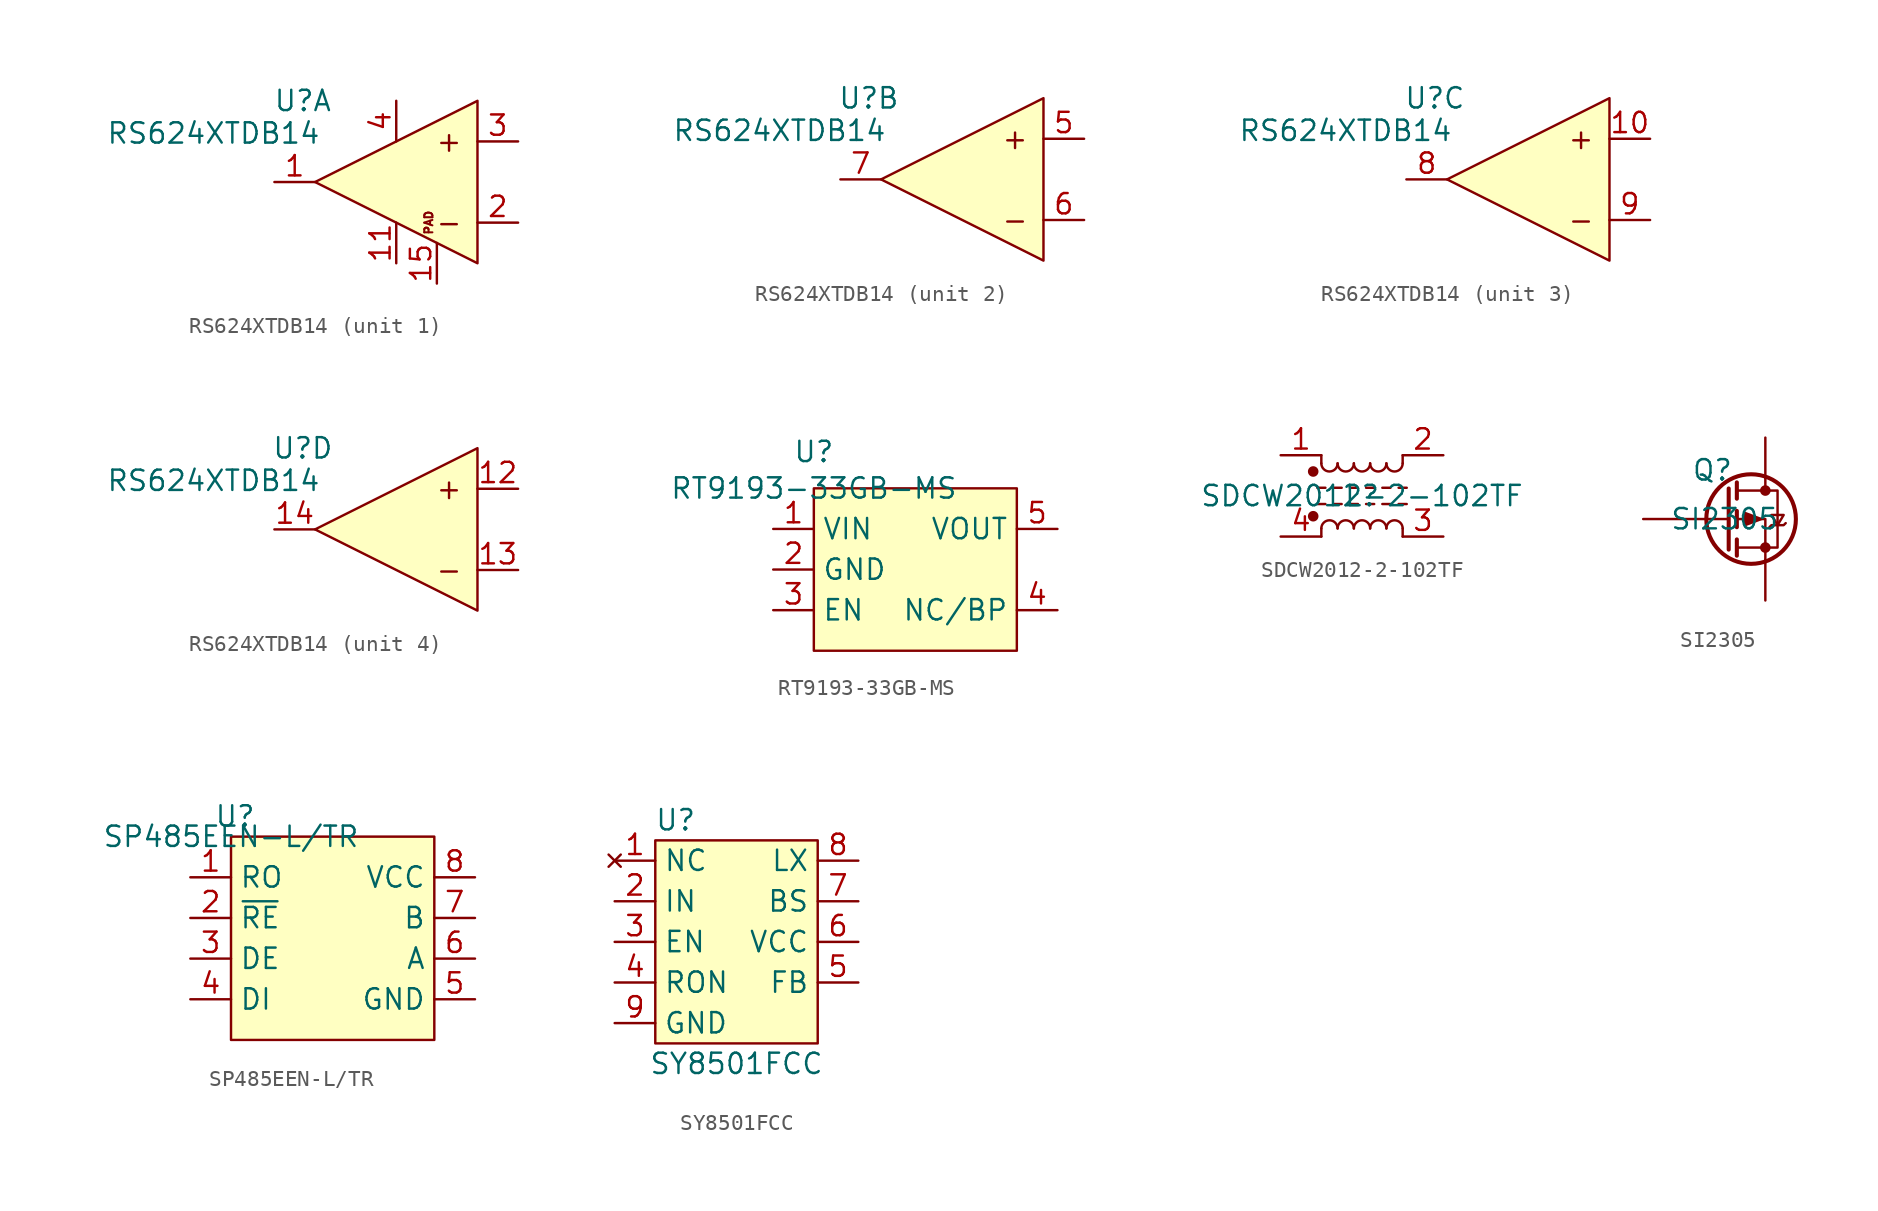
<source format=kicad_sym>
(kicad_symbol_lib
  (version 20241209)
  (generator "kicad_symbol_editor")
  (generator_version "9.0")
  (symbol "RS624XTDB14"
    (pin_names
      (hide yes))
    (property "Reference" "U"
      (at -0.762 5.08 0)
      (effects (font (size 1.27 1.27))))
    (property "Value" "RS624XTDB14"
      (at -6.35 3.048 0)
      (effects (font (size 1.27 1.27))))
    (property "ki_locked" ""
      (at 0 0 0)
      (effects (font (size 1.27 1.27))))
    (symbol "RS624XTDB14_1_1"
      (polyline (pts (xy 0 0) (xy 10.16 5.08) (xy 10.16 -5.08) (xy 0 0)) (stroke (width 0) (type solid)) (fill (type background)))
      (text "PAD" (at 7.112 -2.54 900) (effects (font (size 0.508 0.508))))
      (text "+" (at 8.382 2.54 0) (effects (font (size 1.27 1.27))))
      (text "-" (at 8.382 -2.54 0) (effects (font (size 1.27 1.27))))
      (pin passive line (at -2.54 0 0) (length 2.54) (name "OUTA" (effects (font (size 1.27 1.27)))) (number "1" (effects (font (size 1.27 1.27)))))
      (pin passive line (at 5.08 5.08 270) (length 2.54) (name "V+" (effects (font (size 1.27 1.27)))) (number "4" (effects (font (size 1.27 1.27)))))
      (pin passive line (at 5.08 -5.08 90) (length 2.54) (name "V-" (effects (font (size 1.27 1.27)))) (number "11" (effects (font (size 1.27 1.27)))))
      (pin unspecified line (at 7.62 -6.35 90) (length 2.54) (name "PAD" (effects (font (size 1.27 1.27)))) (number "15" (effects (font (size 1.27 1.27)))))
      (pin passive line (at 12.7 2.54 180) (length 2.54) (name "+INA" (effects (font (size 1.27 1.27)))) (number "3" (effects (font (size 1.27 1.27)))))
      (pin passive line (at 12.7 -2.54 180) (length 2.54) (name "-INA" (effects (font (size 1.27 1.27)))) (number "2" (effects (font (size 1.27 1.27))))))
    (symbol "RS624XTDB14_2_1"
      (polyline (pts (xy 0 0) (xy 10.16 5.08) (xy 10.16 -5.08) (xy 0 0)) (stroke (width 0) (type solid)) (fill (type background)))
      (text "+" (at 8.382 2.54 0) (effects (font (size 1.27 1.27))))
      (text "-" (at 8.382 -2.54 0) (effects (font (size 1.27 1.27))))
      (pin passive line (at -2.54 0 0) (length 2.54) (name "OUTB" (effects (font (size 1.27 1.27)))) (number "7" (effects (font (size 1.27 1.27)))))
      (pin passive line (at 12.7 2.54 180) (length 2.54) (name "+INB" (effects (font (size 1.27 1.27)))) (number "5" (effects (font (size 1.27 1.27)))))
      (pin passive line (at 12.7 -2.54 180) (length 2.54) (name "-INB" (effects (font (size 1.27 1.27)))) (number "6" (effects (font (size 1.27 1.27))))))
    (symbol "RS624XTDB14_3_1"
      (polyline (pts (xy 0 0) (xy 10.16 5.08) (xy 10.16 -5.08) (xy 0 0)) (stroke (width 0) (type solid)) (fill (type background)))
      (text "+" (at 8.382 2.54 0) (effects (font (size 1.27 1.27))))
      (text "-" (at 8.382 -2.54 0) (effects (font (size 1.27 1.27))))
      (pin passive line (at -2.54 0 0) (length 2.54) (name "OUTC" (effects (font (size 1.27 1.27)))) (number "8" (effects (font (size 1.27 1.27)))))
      (pin passive line (at 12.7 2.54 180) (length 2.54) (name "+INC" (effects (font (size 1.27 1.27)))) (number "10" (effects (font (size 1.27 1.27)))))
      (pin passive line (at 12.7 -2.54 180) (length 2.54) (name "-INC" (effects (font (size 1.27 1.27)))) (number "9" (effects (font (size 1.27 1.27))))))
    (symbol "RS624XTDB14_4_1"
      (polyline (pts (xy 0 0) (xy 10.16 5.08) (xy 10.16 -5.08) (xy 0 0)) (stroke (width 0) (type solid)) (fill (type background)))
      (text "+" (at 8.382 2.54 0) (effects (font (size 1.27 1.27))))
      (text "-" (at 8.382 -2.54 0) (effects (font (size 1.27 1.27))))
      (pin passive line (at -2.54 0 0) (length 2.54) (name "OUTD" (effects (font (size 1.27 1.27)))) (number "14" (effects (font (size 1.27 1.27)))))
      (pin passive line (at 12.7 2.54 180) (length 2.54) (name "+IND" (effects (font (size 1.27 1.27)))) (number "12" (effects (font (size 1.27 1.27)))))
      (pin passive line (at 12.7 -2.54 180) (length 2.54) (name "-IND" (effects (font (size 1.27 1.27)))) (number "13" (effects (font (size 1.27 1.27)))))))
  (symbol "RT9193-33GB-MS"
    (property "Reference" "U"
      (at 0 2.286 0)
      (effects (font (size 1.27 1.27))))
    (property "Value" "RT9193-33GB-MS"
      (at 0 0 0)
      (effects (font (size 1.27 1.27))))
    (symbol "RT9193-33GB-MS_0_0"
      (pin unspecified line (at -2.54 -2.54 0) (length 2.54) (name "VIN" (effects (font (size 1.27 1.27)))) (number "1" (effects (font (size 1.27 1.27)))))
      (pin unspecified line (at -2.54 -5.08 0) (length 2.54) (name "GND" (effects (font (size 1.27 1.27)))) (number "2" (effects (font (size 1.27 1.27)))))
      (pin unspecified line (at -2.54 -7.62 0) (length 2.54) (name "EN" (effects (font (size 1.27 1.27)))) (number "3" (effects (font (size 1.27 1.27)))))
      (pin unspecified line (at 15.24 -2.54 180) (length 2.54) (name "VOUT" (effects (font (size 1.27 1.27)))) (number "5" (effects (font (size 1.27 1.27)))))
      (pin unspecified line (at 15.24 -7.62 180) (length 2.54) (name "NC/BP" (effects (font (size 1.27 1.27)))) (number "4" (effects (font (size 1.27 1.27))))))
    (symbol "RT9193-33GB-MS_1_1"
      (rectangle (start 0 0) (end 12.7 -10.16) (stroke (width 0) (type solid)) (fill (type background)))))
  (symbol "SDCW2012-2-102TF"
    (property "Reference" "L"
      (at 0 0 0)
      (effects (font (size 1.27 1.27))))
    (property "Value" "SDCW2012-2-102TF"
      (at 0 0 0)
      (effects (font (size 1.27 1.27))))
    (symbol "SDCW2012-2-102TF_0_1"
      (circle (center -3.048 1.524) (radius 0.254) (stroke (width 0) (type default)) (fill (type outline)))
      (circle (center -3.048 -1.27) (radius 0.254) (stroke (width 0) (type default)) (fill (type outline)))
      (polyline (pts (xy -2.794 0.508) (xy -2.286 0.508)) (stroke (width 0) (type default)) (fill (type none)))
      (polyline (pts (xy -2.794 -0.508) (xy -2.286 -0.508)) (stroke (width 0) (type default)) (fill (type none)))
      (polyline (pts (xy -2.54 2.032) (xy -2.54 2.54)) (stroke (width 0) (type default)) (fill (type none)))
      (polyline (pts (xy -2.54 -2.032) (xy -2.54 -2.54)) (stroke (width 0) (type default)) (fill (type none)))
      (arc (start -1.524 2.032) (mid -2.032 1.5262) (end -2.54 2.032) (stroke (width 0) (type default)) (fill (type none)))
      (arc (start -2.54 -2.032) (mid -2.032 -1.5262) (end -1.524 -2.032) (stroke (width 0) (type default)) (fill (type none)))
      (polyline (pts (xy -1.778 0.508) (xy -1.27 0.508)) (stroke (width 0) (type default)) (fill (type none)))
      (polyline (pts (xy -1.778 -0.508) (xy -1.27 -0.508)) (stroke (width 0) (type default)) (fill (type none)))
      (arc (start -0.508 2.032) (mid -1.016 1.5262) (end -1.524 2.032) (stroke (width 0) (type default)) (fill (type none)))
      (arc (start -1.524 -2.032) (mid -1.016 -1.5262) (end -0.508 -2.032) (stroke (width 0) (type default)) (fill (type none)))
      (polyline (pts (xy -0.762 0.508) (xy -0.254 0.508)) (stroke (width 0) (type default)) (fill (type none)))
      (polyline (pts (xy -0.762 -0.508) (xy -0.254 -0.508)) (stroke (width 0) (type default)) (fill (type none)))
      (arc (start 0.508 2.032) (mid 0 1.5262) (end -0.508 2.032) (stroke (width 0) (type default)) (fill (type none)))
      (arc (start -0.508 -2.032) (mid 0 -1.5262) (end 0.508 -2.032) (stroke (width 0) (type default)) (fill (type none)))
      (polyline (pts (xy 0.254 0.508) (xy 0.762 0.508)) (stroke (width 0) (type default)) (fill (type none)))
      (polyline (pts (xy 0.254 -0.508) (xy 0.762 -0.508)) (stroke (width 0) (type default)) (fill (type none)))
      (arc (start 1.524 2.032) (mid 1.016 1.5262) (end 0.508 2.032) (stroke (width 0) (type default)) (fill (type none)))
      (arc (start 0.508 -2.032) (mid 1.016 -1.5262) (end 1.524 -2.032) (stroke (width 0) (type default)) (fill (type none)))
      (polyline (pts (xy 1.27 0.508) (xy 1.778 0.508)) (stroke (width 0) (type default)) (fill (type none)))
      (polyline (pts (xy 1.27 -0.508) (xy 1.778 -0.508)) (stroke (width 0) (type default)) (fill (type none)))
      (arc (start 2.54 2.032) (mid 2.032 1.5262) (end 1.524 2.032) (stroke (width 0) (type default)) (fill (type none)))
      (arc (start 1.524 -2.032) (mid 2.032 -1.5262) (end 2.54 -2.032) (stroke (width 0) (type default)) (fill (type none)))
      (polyline (pts (xy 2.286 0.508) (xy 2.794 0.508)) (stroke (width 0) (type default)) (fill (type none)))
      (polyline (pts (xy 2.286 -0.508) (xy 2.794 -0.508)) (stroke (width 0) (type default)) (fill (type none)))
      (polyline (pts (xy 2.54 2.54) (xy 2.54 2.032)) (stroke (width 0) (type default)) (fill (type none)))
      (polyline (pts (xy 2.54 -2.032) (xy 2.54 -2.54)) (stroke (width 0) (type default)) (fill (type none))))
    (symbol "SDCW2012-2-102TF_1_1"
      (pin passive line (at -5.08 2.54 0) (length 2.54) (name "" (effects (font (size 1.27 1.27)))) (number "1" (effects (font (size 1.27 1.27)))))
      (pin passive line (at -5.08 -2.54 0) (length 2.54) (name "" (effects (font (size 1.27 1.27)))) (number "4" (effects (font (size 1.27 1.27)))))
      (pin passive line (at 5.08 2.54 180) (length 2.54) (name "" (effects (font (size 1.27 1.27)))) (number "2" (effects (font (size 1.27 1.27)))))
      (pin passive line (at 5.08 -2.54 180) (length 2.54) (name "" (effects (font (size 1.27 1.27)))) (number "3" (effects (font (size 1.27 1.27)))))))
  (symbol "SI2305"
    (pin_numbers
      (hide yes))
    (pin_names
      (hide yes))
    (property "Reference" "Q"
      (at -0.762 3.048 0)
      (effects (font (size 1.27 1.27))))
    (property "Value" "SI2305"
      (at 0 0 0)
      (effects (font (size 1.27 1.27))))
    (symbol "SI2305_0_1"
      (polyline (pts (xy 0.254 1.905) (xy 0.254 -1.905)) (stroke (width 0.254) (type default)) (fill (type none)))
      (polyline (pts (xy 0.254 0) (xy -2.54 0)) (stroke (width 0) (type default)) (fill (type none)))
      (polyline (pts (xy 0.762 2.286) (xy 0.762 1.27)) (stroke (width 0.254) (type default)) (fill (type none)))
      (polyline (pts (xy 0.762 1.778) (xy 3.302 1.778) (xy 3.302 -1.778) (xy 0.762 -1.778)) (stroke (width 0) (type default)) (fill (type none)))
      (polyline (pts (xy 0.762 0.508) (xy 0.762 -0.508)) (stroke (width 0.254) (type default)) (fill (type none)))
      (polyline (pts (xy 0.762 -1.27) (xy 0.762 -2.286)) (stroke (width 0.254) (type default)) (fill (type none)))
      (circle (center 1.651 0) (radius 2.794) (stroke (width 0.254) (type default)) (fill (type none)))
      (polyline (pts (xy 2.286 0) (xy 1.27 0.381) (xy 1.27 -0.381) (xy 2.286 0)) (stroke (width 0) (type default)) (fill (type outline)))
      (polyline (pts (xy 2.54 2.54) (xy 2.54 1.778)) (stroke (width 0) (type default)) (fill (type none)))
      (circle (center 2.54 1.778) (radius 0.254) (stroke (width 0) (type default)) (fill (type outline)))
      (circle (center 2.54 -1.778) (radius 0.254) (stroke (width 0) (type default)) (fill (type outline)))
      (polyline (pts (xy 2.54 -2.54) (xy 2.54 0) (xy 0.762 0)) (stroke (width 0) (type default)) (fill (type none)))
      (polyline (pts (xy 2.794 -0.508) (xy 2.921 -0.381) (xy 3.683 -0.381) (xy 3.81 -0.254)) (stroke (width 0) (type default)) (fill (type none)))
      (polyline (pts (xy 3.302 -0.381) (xy 2.921 0.254) (xy 3.683 0.254) (xy 3.302 -0.381)) (stroke (width 0) (type default)) (fill (type none))))
    (symbol "SI2305_1_1"
      (pin input line (at -5.08 0 0) (length 2.54) (name "G" (effects (font (size 1.27 1.27)))) (number "1" (effects (font (size 1.27 1.27)))))
      (pin passive line (at 2.54 5.08 270) (length 2.54) (name "D" (effects (font (size 1.27 1.27)))) (number "3" (effects (font (size 1.27 1.27)))))
      (pin passive line (at 2.54 -5.08 90) (length 2.54) (name "S" (effects (font (size 1.27 1.27)))) (number "2" (effects (font (size 1.27 1.27)))))))
  (symbol "SP485EEN-L/TR"
    (property "Reference" "U"
      (at 0.254 1.27 0)
      (effects (font (size 1.27 1.27))))
    (property "Value" "SP485EEN-L/TR"
      (at 0 0 0)
      (effects (font (size 1.27 1.27))))
    (symbol "SP485EEN-L/TR_0_0"
      (pin output line (at -2.54 -2.54 0) (length 2.54) (name "RO" (effects (font (size 1.27 1.27)))) (number "1" (effects (font (size 1.27 1.27)))))
      (pin input line (at -2.54 -5.08 0) (length 2.54) (name "~{RE}" (effects (font (size 1.27 1.27)))) (number "2" (effects (font (size 1.27 1.27)))))
      (pin input line (at -2.54 -7.62 0) (length 2.54) (name "DE" (effects (font (size 1.27 1.27)))) (number "3" (effects (font (size 1.27 1.27)))))
      (pin input line (at -2.54 -10.16 0) (length 2.54) (name "DI" (effects (font (size 1.27 1.27)))) (number "4" (effects (font (size 1.27 1.27)))))
      (pin output line (at 15.24 -5.08 180) (length 2.54) (name "B" (effects (font (size 1.27 1.27)))) (number "7" (effects (font (size 1.27 1.27)))))
      (pin output line (at 15.24 -7.62 180) (length 2.54) (name "A" (effects (font (size 1.27 1.27)))) (number "6" (effects (font (size 1.27 1.27)))))
      (pin power_in line (at 15.24 -10.16 180) (length 2.54) (name "GND" (effects (font (size 1.27 1.27)))) (number "5" (effects (font (size 1.27 1.27))))))
    (symbol "SP485EEN-L/TR_1_0"
      (pin power_in line (at 15.24 -2.54 180) (length 2.54) (name "VCC" (effects (font (size 1.27 1.27)))) (number "8" (effects (font (size 1.27 1.27))))))
    (symbol "SP485EEN-L/TR_1_1"
      (rectangle (start 0 0) (end 12.7 -12.7) (stroke (width 0) (type solid)) (fill (type background)))))
  (symbol "SY8501FCC"
    (property "Reference" "U"
      (at 1.27 13.97 0)
      (effects (font (size 1.27 1.27))))
    (property "Value" "SY8501FCC"
      (at 5.08 -1.27 0)
      (effects (font (size 1.27 1.27))))
    (symbol "SY8501FCC_1_1"
      (rectangle (start 0 12.7) (end 10.16 0) (stroke (width 0) (type default)) (fill (type background)))
      (pin no_connect line (at -2.54 11.43 0) (length 2.54) (name "NC" (effects (font (size 1.27 1.27)))) (number "1" (effects (font (size 1.27 1.27)))))
      (pin power_in line (at -2.54 8.89 0) (length 2.54) (name "IN" (effects (font (size 1.27 1.27)))) (number "2" (effects (font (size 1.27 1.27)))))
      (pin input line (at -2.54 6.35 0) (length 2.54) (name "EN" (effects (font (size 1.27 1.27)))) (number "3" (effects (font (size 1.27 1.27)))))
      (pin input line (at -2.54 3.81 0) (length 2.54) (name "RON" (effects (font (size 1.27 1.27)))) (number "4" (effects (font (size 1.27 1.27)))))
      (pin power_in line (at -2.54 1.27 0) (length 2.54) (name "GND" (effects (font (size 1.27 1.27)))) (number "9" (effects (font (size 1.27 1.27)))))
      (pin power_out line (at 12.7 11.43 180) (length 2.54) (name "LX" (effects (font (size 1.27 1.27)))) (number "8" (effects (font (size 1.27 1.27)))))
      (pin free line (at 12.7 8.89 180) (length 2.54) (name "BS" (effects (font (size 1.27 1.27)))) (number "7" (effects (font (size 1.27 1.27)))))
      (pin power_in line (at 12.7 6.35 180) (length 2.54) (name "VCC" (effects (font (size 1.27 1.27)))) (number "6" (effects (font (size 1.27 1.27)))))
      (pin input line (at 12.7 3.81 180) (length 2.54) (name "FB" (effects (font (size 1.27 1.27)))) (number "5" (effects (font (size 1.27 1.27))))))))
</source>
